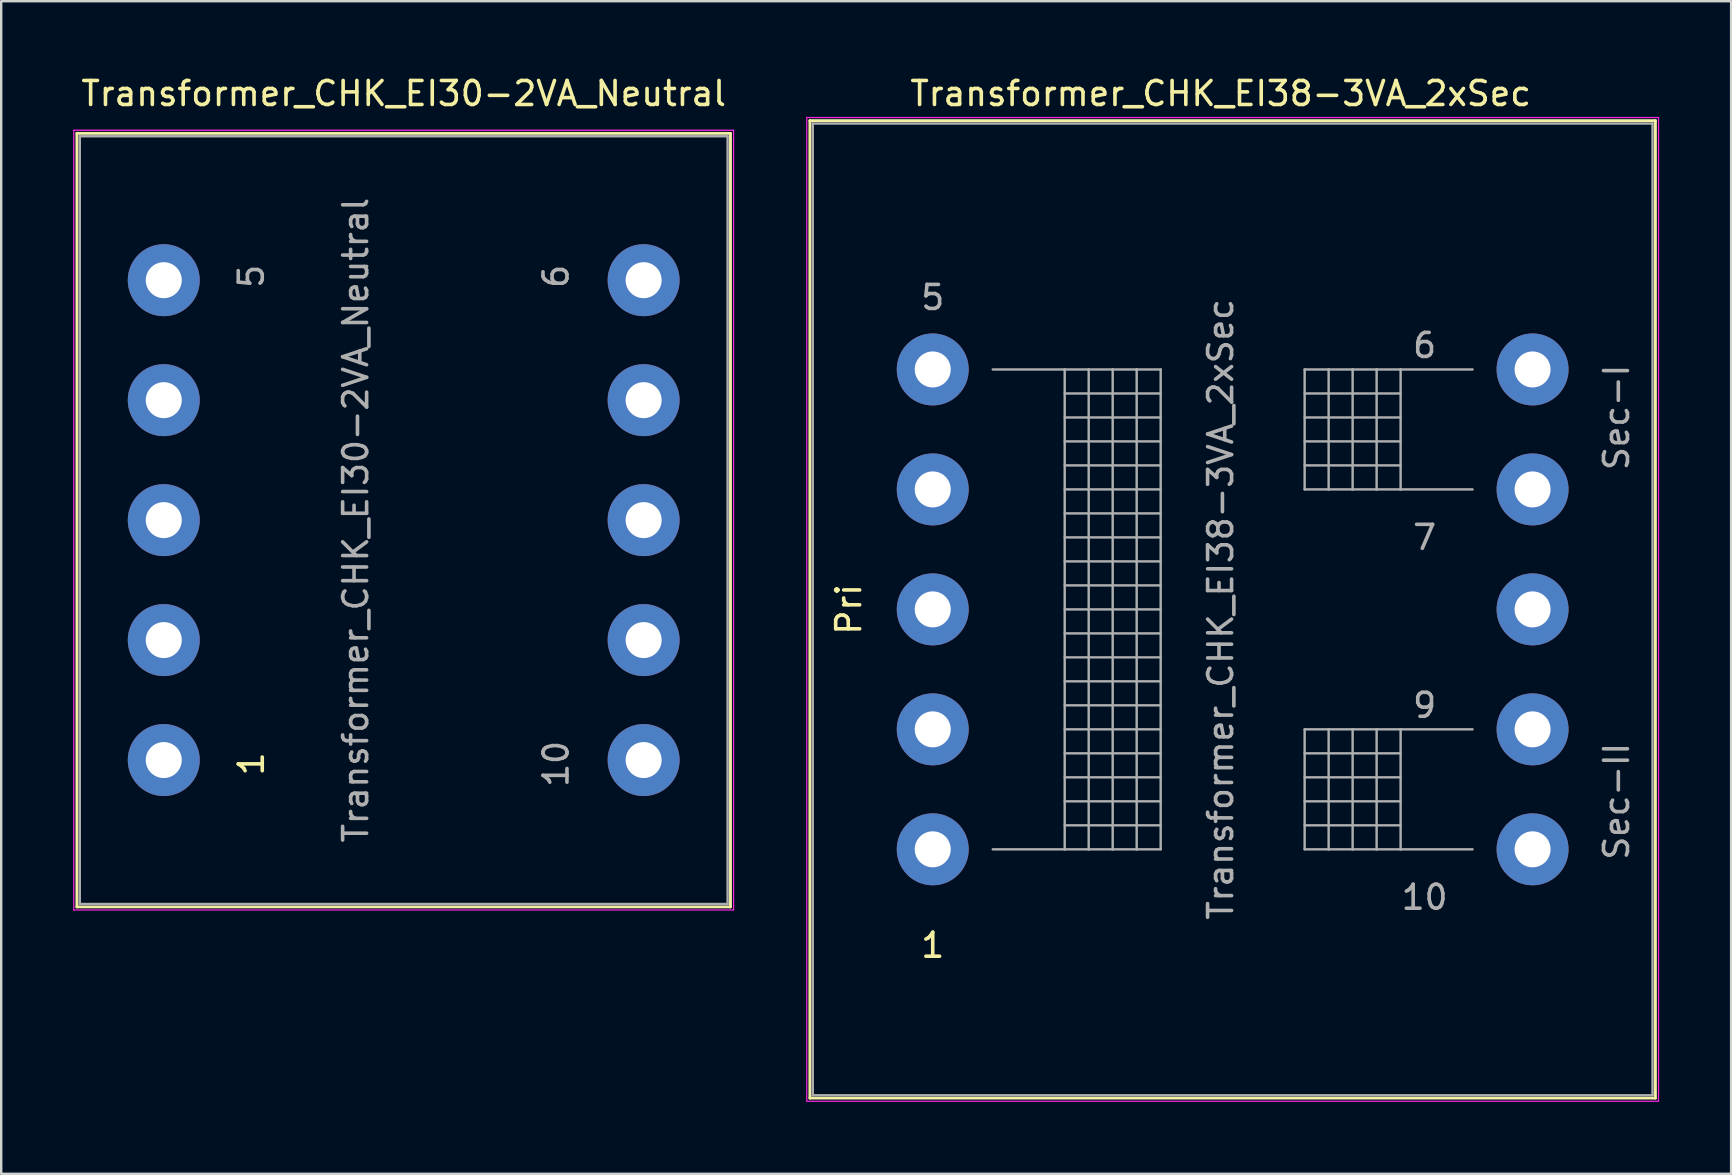
<source format=kicad_pcb>
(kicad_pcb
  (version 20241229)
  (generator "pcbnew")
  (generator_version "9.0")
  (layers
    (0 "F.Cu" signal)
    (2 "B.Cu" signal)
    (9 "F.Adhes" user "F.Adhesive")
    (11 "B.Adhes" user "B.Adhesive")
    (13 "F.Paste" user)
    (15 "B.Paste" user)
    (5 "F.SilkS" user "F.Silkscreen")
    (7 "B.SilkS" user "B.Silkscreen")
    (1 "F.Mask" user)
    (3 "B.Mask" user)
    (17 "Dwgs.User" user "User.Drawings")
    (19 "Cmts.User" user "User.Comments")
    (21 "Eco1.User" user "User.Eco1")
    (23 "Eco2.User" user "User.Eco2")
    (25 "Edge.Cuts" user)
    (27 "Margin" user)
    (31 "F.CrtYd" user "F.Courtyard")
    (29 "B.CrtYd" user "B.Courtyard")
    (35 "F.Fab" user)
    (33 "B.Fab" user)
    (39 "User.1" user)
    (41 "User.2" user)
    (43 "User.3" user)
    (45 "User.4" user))
  (footprint "Transformer_CHK_EI30-2VA_Neutral"
    (layer "F.Cu")
    (at 3.775 28.628)
    (property "Reference" "Transformer_CHK_EI30-2VA_Neutral" (at 10 -27.78 0) (layer "F.SilkS") (effects (font (size 1 1) (thickness 0.15))))
    (attr through_hole)
    (fp_line (start -3.62 -26.12) (end -3.62 6.12) (stroke (width 0.12) (type solid)) (layer "F.SilkS"))
    (fp_line (start -3.62 -26.12) (end 23.62 -26.12) (stroke (width 0.12) (type solid)) (layer "F.SilkS"))
    (fp_line (start 23.62 6.12) (end -3.62 6.12) (stroke (width 0.12) (type solid)) (layer "F.SilkS"))
    (fp_line (start 23.62 6.12) (end 23.62 -26.12) (stroke (width 0.12) (type solid)) (layer "F.SilkS"))
    (fp_line (start -3.75 -26.25) (end -3.75 6.25) (stroke (width 0.05) (type solid)) (layer "F.CrtYd"))
    (fp_line (start -3.75 -26.25) (end 23.75 -26.25) (stroke (width 0.05) (type solid)) (layer "F.CrtYd"))
    (fp_line (start 23.75 6.25) (end -3.75 6.25) (stroke (width 0.05) (type solid)) (layer "F.CrtYd"))
    (fp_line (start 23.75 6.25) (end 23.75 -26.25) (stroke (width 0.05) (type solid)) (layer "F.CrtYd"))
    (fp_line (start -3.5 -26) (end -3.5 6) (stroke (width 0.1) (type solid)) (layer "F.Fab"))
    (fp_line (start -3.5 6) (end 23.5 6) (stroke (width 0.1) (type solid)) (layer "F.Fab"))
    (fp_line (start 23.5 -26) (end -3.5 -26) (stroke (width 0.1) (type solid)) (layer "F.Fab"))
    (fp_line (start 23.5 6) (end 23.5 -26) (stroke (width 0.1) (type solid)) (layer "F.Fab"))
    (fp_text user "1" (at 3.65 0.16 90) (layer "F.SilkS") (effects (font (size 1 1) (thickness 0.15))))
    (fp_text user "5" (at 3.65 -20.16 90) (layer "F.Fab") (effects (font (size 1 1) (thickness 0.15))))
    (fp_text user "${REFERENCE}" (at 8 -10 90) (layer "F.Fab") (effects (font (size 1 1) (thickness 0.15))))
    (fp_text user "10" (at 16.35 0.16 90) (layer "F.Fab") (effects (font (size 1 1) (thickness 0.15))))
    (fp_text user "6" (at 16.35 -20.16 90) (layer "F.Fab") (effects (font (size 1 1) (thickness 0.15))))
    (pad "1" thru_hole circle (at 0 0) (size 3 3) (drill 1.5) (layers "*.Cu" "*.Mask"))
    (pad "2" thru_hole circle (at 0 -5) (size 3 3) (drill 1.5) (layers "*.Cu" "*.Mask"))
    (pad "3" thru_hole circle (at 0 -10) (size 3 3) (drill 1.5) (layers "*.Cu" "*.Mask"))
    (pad "4" thru_hole circle (at 0 -15) (size 3 3) (drill 1.5) (layers "*.Cu" "*.Mask"))
    (pad "5" thru_hole circle (at 0 -20) (size 3 3) (drill 1.5) (layers "*.Cu" "*.Mask"))
    (pad "6" thru_hole circle (at 20 -20) (size 3 3) (drill 1.5) (layers "*.Cu" "*.Mask"))
    (pad "7" thru_hole circle (at 20 -15) (size 3 3) (drill 1.5) (layers "*.Cu" "*.Mask"))
    (pad "8" thru_hole circle (at 20 -10) (size 3 3) (drill 1.5) (layers "*.Cu" "*.Mask"))
    (pad "9" thru_hole circle (at 20 -5) (size 3 3) (drill 1.5) (layers "*.Cu" "*.Mask"))
    (pad "10" thru_hole circle (at 20 0) (size 3 3) (drill 1.5) (layers "*.Cu" "*.Mask")))
  (footprint "Transformer_CHK_EI38-3VA_2xSec"
    (layer "F.Cu")
    (at 35.825 32.348)
    (property "Reference" "Transformer_CHK_EI38-3VA_2xSec" (at 12 -31.5 0) (layer "F.SilkS") (effects (font (size 1 1) (thickness 0.15))))
    (attr through_hole)
    (fp_line (start -5.12 -30.37) (end -5.12 10.37) (stroke (width 0.12) (type solid)) (layer "F.SilkS"))
    (fp_line (start -5.12 -30.37) (end 30.12 -30.37) (stroke (width 0.12) (type solid)) (layer "F.SilkS"))
    (fp_line (start 30.12 10.37) (end -5.12 10.37) (stroke (width 0.12) (type solid)) (layer "F.SilkS"))
    (fp_line (start 30.12 10.37) (end 30.12 -30.37) (stroke (width 0.12) (type solid)) (layer "F.SilkS"))
    (fp_line (start -5.25 -30.5) (end -5.25 10.5) (stroke (width 0.05) (type solid)) (layer "F.CrtYd"))
    (fp_line (start -5.25 -30.5) (end 30.25 -30.5) (stroke (width 0.05) (type solid)) (layer "F.CrtYd"))
    (fp_line (start 30.25 10.5) (end -5.25 10.5) (stroke (width 0.05) (type solid)) (layer "F.CrtYd"))
    (fp_line (start 30.25 10.5) (end 30.25 -30.5) (stroke (width 0.05) (type solid)) (layer "F.CrtYd"))
    (fp_line (start -5 -30.25) (end -5 10.25) (stroke (width 0.1) (type solid)) (layer "F.Fab"))
    (fp_line (start -5 10.25) (end 30 10.25) (stroke (width 0.1) (type solid)) (layer "F.Fab"))
    (fp_line (start 2.5 -20) (end 5.5 -20) (stroke (width 0.1) (type solid)) (layer "F.Fab"))
    (fp_line (start 5.5 -20) (end 5.5 0) (stroke (width 0.1) (type solid)) (layer "F.Fab"))
    (fp_line (start 5.5 -20) (end 6.5 -20) (stroke (width 0.1) (type solid)) (layer "F.Fab"))
    (fp_line (start 5.5 -19) (end 9.5 -19) (stroke (width 0.1) (type solid)) (layer "F.Fab"))
    (fp_line (start 5.5 -18) (end 9.5 -18) (stroke (width 0.1) (type solid)) (layer "F.Fab"))
    (fp_line (start 5.5 -17) (end 9.5 -17) (stroke (width 0.1) (type solid)) (layer "F.Fab"))
    (fp_line (start 5.5 -16) (end 9.5 -16) (stroke (width 0.1) (type solid)) (layer "F.Fab"))
    (fp_line (start 5.5 -15) (end 9.5 -15) (stroke (width 0.1) (type solid)) (layer "F.Fab"))
    (fp_line (start 5.5 -14) (end 9.5 -14) (stroke (width 0.1) (type solid)) (layer "F.Fab"))
    (fp_line (start 5.5 -13) (end 9.5 -13) (stroke (width 0.1) (type solid)) (layer "F.Fab"))
    (fp_line (start 5.5 -12) (end 9.5 -12) (stroke (width 0.1) (type solid)) (layer "F.Fab"))
    (fp_line (start 5.5 -11) (end 9.5 -11) (stroke (width 0.1) (type solid)) (layer "F.Fab"))
    (fp_line (start 5.5 -10) (end 9.5 -10) (stroke (width 0.1) (type solid)) (layer "F.Fab"))
    (fp_line (start 5.5 -9) (end 9.5 -9) (stroke (width 0.1) (type solid)) (layer "F.Fab"))
    (fp_line (start 5.5 -8) (end 9.5 -8) (stroke (width 0.1) (type solid)) (layer "F.Fab"))
    (fp_line (start 5.5 -7) (end 9.5 -7) (stroke (width 0.1) (type solid)) (layer "F.Fab"))
    (fp_line (start 5.5 -6) (end 9.5 -6) (stroke (width 0.1) (type solid)) (layer "F.Fab"))
    (fp_line (start 5.5 -5) (end 9.5 -5) (stroke (width 0.1) (type solid)) (layer "F.Fab"))
    (fp_line (start 5.5 -4) (end 9.5 -4) (stroke (width 0.1) (type solid)) (layer "F.Fab"))
    (fp_line (start 5.5 -3) (end 9.5 -3) (stroke (width 0.1) (type solid)) (layer "F.Fab"))
    (fp_line (start 5.5 -2) (end 9.5 -2) (stroke (width 0.1) (type solid)) (layer "F.Fab"))
    (fp_line (start 5.5 -1) (end 9.5 -1) (stroke (width 0.1) (type solid)) (layer "F.Fab"))
    (fp_line (start 5.5 0) (end 2.5 0) (stroke (width 0.1) (type solid)) (layer "F.Fab"))
    (fp_line (start 6.5 -20) (end 6.5 0) (stroke (width 0.1) (type solid)) (layer "F.Fab"))
    (fp_line (start 6.5 -20) (end 7.5 -20) (stroke (width 0.1) (type solid)) (layer "F.Fab"))
    (fp_line (start 6.5 0) (end 5.5 0) (stroke (width 0.1) (type solid)) (layer "F.Fab"))
    (fp_line (start 7.5 -20) (end 7.5 0) (stroke (width 0.1) (type solid)) (layer "F.Fab"))
    (fp_line (start 7.5 -20) (end 8.5 -20) (stroke (width 0.1) (type solid)) (layer "F.Fab"))
    (fp_line (start 7.5 0) (end 6.5 0) (stroke (width 0.1) (type solid)) (layer "F.Fab"))
    (fp_line (start 8.5 -20) (end 8.5 0) (stroke (width 0.1) (type solid)) (layer "F.Fab"))
    (fp_line (start 8.5 -20) (end 9.5 -20) (stroke (width 0.1) (type solid)) (layer "F.Fab"))
    (fp_line (start 8.5 0) (end 7.5 0) (stroke (width 0.1) (type solid)) (layer "F.Fab"))
    (fp_line (start 9.5 -20) (end 9.5 0) (stroke (width 0.1) (type solid)) (layer "F.Fab"))
    (fp_line (start 9.5 0) (end 8.5 0) (stroke (width 0.1) (type solid)) (layer "F.Fab"))
    (fp_line (start 15.5 -20) (end 15.5 -15) (stroke (width 0.1) (type solid)) (layer "F.Fab"))
    (fp_line (start 15.5 -19) (end 19.5 -19) (stroke (width 0.1) (type solid)) (layer "F.Fab"))
    (fp_line (start 15.5 -17) (end 19.5 -17) (stroke (width 0.1) (type solid)) (layer "F.Fab"))
    (fp_line (start 15.5 -15) (end 16.5 -15) (stroke (width 0.1) (type solid)) (layer "F.Fab"))
    (fp_line (start 15.5 -5) (end 15.5 0) (stroke (width 0.1) (type solid)) (layer "F.Fab"))
    (fp_line (start 15.5 -4) (end 19.5 -4) (stroke (width 0.1) (type solid)) (layer "F.Fab"))
    (fp_line (start 15.5 -3) (end 19.5 -3) (stroke (width 0.1) (type solid)) (layer "F.Fab"))
    (fp_line (start 15.5 -2) (end 19.5 -2) (stroke (width 0.1) (type solid)) (layer "F.Fab"))
    (fp_line (start 15.5 -1) (end 19.5 -1) (stroke (width 0.1) (type solid)) (layer "F.Fab"))
    (fp_line (start 15.5 0) (end 16.5 0) (stroke (width 0.1) (type solid)) (layer "F.Fab"))
    (fp_line (start 16.5 -20) (end 15.5 -20) (stroke (width 0.1) (type solid)) (layer "F.Fab"))
    (fp_line (start 16.5 -20) (end 16.5 -15) (stroke (width 0.1) (type solid)) (layer "F.Fab"))
    (fp_line (start 16.5 -15) (end 17.5 -15) (stroke (width 0.1) (type solid)) (layer "F.Fab"))
    (fp_line (start 16.5 -5) (end 15.5 -5) (stroke (width 0.1) (type solid)) (layer "F.Fab"))
    (fp_line (start 16.5 -5) (end 16.5 0) (stroke (width 0.1) (type solid)) (layer "F.Fab"))
    (fp_line (start 16.5 0) (end 17.5 0) (stroke (width 0.1) (type solid)) (layer "F.Fab"))
    (fp_line (start 17.5 -20) (end 16.5 -20) (stroke (width 0.1) (type solid)) (layer "F.Fab"))
    (fp_line (start 17.5 -20) (end 17.5 -15) (stroke (width 0.1) (type solid)) (layer "F.Fab"))
    (fp_line (start 17.5 -15) (end 18.5 -15) (stroke (width 0.1) (type solid)) (layer "F.Fab"))
    (fp_line (start 17.5 -5) (end 16.5 -5) (stroke (width 0.1) (type solid)) (layer "F.Fab"))
    (fp_line (start 17.5 -5) (end 17.5 0) (stroke (width 0.1) (type solid)) (layer "F.Fab"))
    (fp_line (start 17.5 0) (end 18.5 0) (stroke (width 0.1) (type solid)) (layer "F.Fab"))
    (fp_line (start 18.5 -20) (end 17.5 -20) (stroke (width 0.1) (type solid)) (layer "F.Fab"))
    (fp_line (start 18.5 -20) (end 18.5 -15) (stroke (width 0.1) (type solid)) (layer "F.Fab"))
    (fp_line (start 18.5 -15) (end 19.5 -15) (stroke (width 0.1) (type solid)) (layer "F.Fab"))
    (fp_line (start 18.5 -5) (end 17.5 -5) (stroke (width 0.1) (type solid)) (layer "F.Fab"))
    (fp_line (start 18.5 -5) (end 18.5 0) (stroke (width 0.1) (type solid)) (layer "F.Fab"))
    (fp_line (start 18.5 0) (end 19.5 0) (stroke (width 0.1) (type solid)) (layer "F.Fab"))
    (fp_line (start 19.5 -20) (end 18.5 -20) (stroke (width 0.1) (type solid)) (layer "F.Fab"))
    (fp_line (start 19.5 -20) (end 19.5 -15) (stroke (width 0.1) (type solid)) (layer "F.Fab"))
    (fp_line (start 19.5 -18) (end 15.5 -18) (stroke (width 0.1) (type solid)) (layer "F.Fab"))
    (fp_line (start 19.5 -16) (end 15.5 -16) (stroke (width 0.1) (type solid)) (layer "F.Fab"))
    (fp_line (start 19.5 -15) (end 22.5 -15) (stroke (width 0.1) (type solid)) (layer "F.Fab"))
    (fp_line (start 19.5 -5) (end 18.5 -5) (stroke (width 0.1) (type solid)) (layer "F.Fab"))
    (fp_line (start 19.5 -5) (end 19.5 0) (stroke (width 0.1) (type solid)) (layer "F.Fab"))
    (fp_line (start 19.5 0) (end 22.5 0) (stroke (width 0.1) (type solid)) (layer "F.Fab"))
    (fp_line (start 22.5 -20) (end 19.5 -20) (stroke (width 0.1) (type solid)) (layer "F.Fab"))
    (fp_line (start 22.5 -5) (end 19.5 -5) (stroke (width 0.1) (type solid)) (layer "F.Fab"))
    (fp_line (start 30 -30.25) (end -5 -30.25) (stroke (width 0.1) (type solid)) (layer "F.Fab"))
    (fp_line (start 30 10.25) (end 30 -30.25) (stroke (width 0.1) (type solid)) (layer "F.Fab"))
    (fp_text user "1" (at 0 4 0) (layer "F.SilkS") (effects (font (size 1 1) (thickness 0.15))))
    (fp_text user "Pri" (at -3.5 -10 90) (layer "F.SilkS") (effects (font (size 1 1) (thickness 0.15))))
    (fp_text user "10" (at 20.5 2 0) (layer "F.Fab") (effects (font (size 1 1) (thickness 0.15))))
    (fp_text user "7" (at 20.5 -13 0) (layer "F.Fab") (effects (font (size 1 1) (thickness 0.15))))
    (fp_text user "5" (at 0 -23 0) (layer "F.Fab") (effects (font (size 1 1) (thickness 0.15))))
    (fp_text user "Sec-II" (at 28.5 -2 90) (layer "F.Fab") (effects (font (size 1 1) (thickness 0.15))))
    (fp_text user "9" (at 20.5 -6 0) (layer "F.Fab") (effects (font (size 1 1) (thickness 0.15))))
    (fp_text user "Sec-I" (at 28.5 -18 90) (layer "F.Fab") (effects (font (size 1 1) (thickness 0.15))))
    (fp_text user "6" (at 20.5 -21 0) (layer "F.Fab") (effects (font (size 1 1) (thickness 0.15))))
    (fp_text user "${REFERENCE}" (at 12 -10 90) (layer "F.Fab") (effects (font (size 1 1) (thickness 0.15))))
    (pad "1" thru_hole circle (at 0 0) (size 3 3) (drill 1.5) (layers "*.Cu" "*.Mask"))
    (pad "2" thru_hole circle (at 0 -5) (size 3 3) (drill 1.5) (layers "*.Cu" "*.Mask"))
    (pad "3" thru_hole circle (at 0 -10) (size 3 3) (drill 1.5) (layers "*.Cu" "*.Mask"))
    (pad "4" thru_hole circle (at 0 -15) (size 3 3) (drill 1.5) (layers "*.Cu" "*.Mask"))
    (pad "5" thru_hole circle (at 0 -20) (size 3 3) (drill 1.5) (layers "*.Cu" "*.Mask"))
    (pad "6" thru_hole circle (at 25 -20) (size 3 3) (drill 1.5) (layers "*.Cu" "*.Mask"))
    (pad "7" thru_hole circle (at 25 -15) (size 3 3) (drill 1.5) (layers "*.Cu" "*.Mask"))
    (pad "8" thru_hole circle (at 25 -10) (size 3 3) (drill 1.5) (layers "*.Cu" "*.Mask"))
    (pad "9" thru_hole circle (at 25 -5) (size 3 3) (drill 1.5) (layers "*.Cu" "*.Mask"))
    (pad "10" thru_hole circle (at 25 0) (size 3 3) (drill 1.5) (layers "*.Cu" "*.Mask")))
  (gr_rect
    (start -3 -3)
    (end 69.1 45.873)
    (stroke (width 0.1) (type default))
    (fill no)
    (layer "Edge.Cuts")))
</source>
